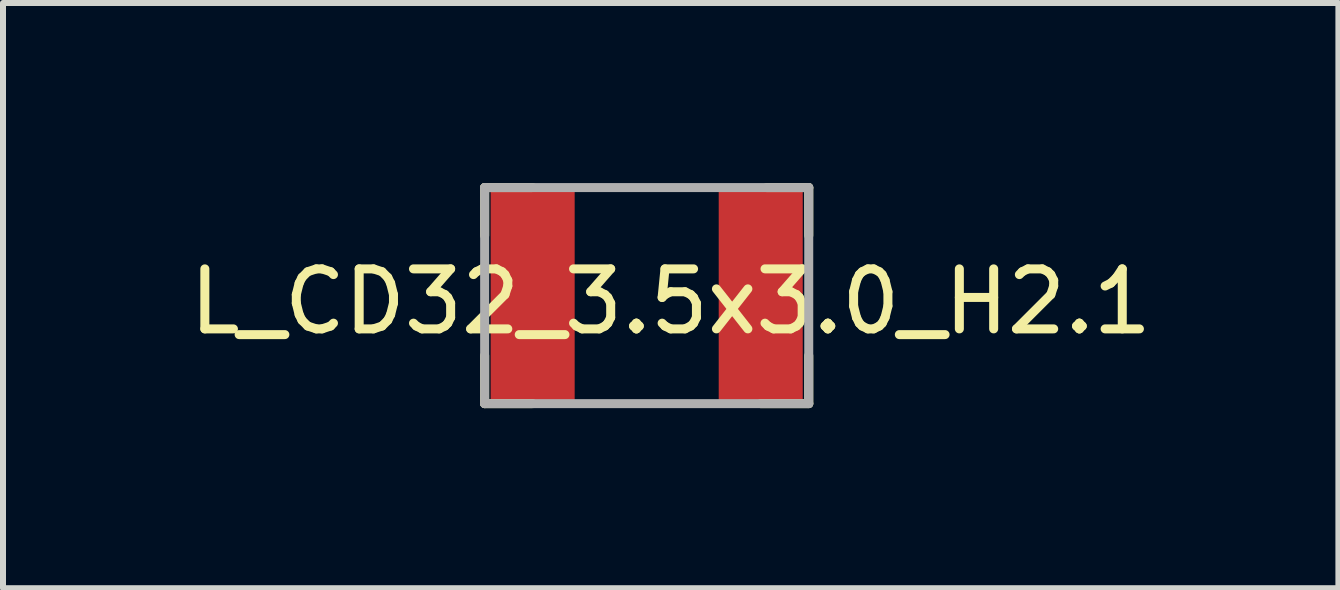
<source format=kicad_pcb>
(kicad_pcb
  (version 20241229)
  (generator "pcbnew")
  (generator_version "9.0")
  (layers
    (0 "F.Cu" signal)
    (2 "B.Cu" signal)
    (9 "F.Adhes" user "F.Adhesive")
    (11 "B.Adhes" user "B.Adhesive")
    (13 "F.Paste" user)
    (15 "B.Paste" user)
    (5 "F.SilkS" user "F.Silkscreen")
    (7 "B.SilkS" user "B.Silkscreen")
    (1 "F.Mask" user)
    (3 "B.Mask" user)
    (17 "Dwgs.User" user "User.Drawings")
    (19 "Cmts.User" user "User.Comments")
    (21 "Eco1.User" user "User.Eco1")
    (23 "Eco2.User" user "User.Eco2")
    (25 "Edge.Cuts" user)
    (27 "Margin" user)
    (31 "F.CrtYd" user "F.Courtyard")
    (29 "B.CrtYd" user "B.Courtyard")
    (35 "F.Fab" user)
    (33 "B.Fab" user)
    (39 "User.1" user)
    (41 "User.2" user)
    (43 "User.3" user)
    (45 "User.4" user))
  (footprint "L_CD32_3.5x3.0_H2.1"
    (layer "F.Cu")
    (at 7.725 1.875)
    (property "Reference" "L_CD32_3.5x3.0_H2.1" (at 0.4 0.1 0) (layer "F.SilkS") (effects (font (size 1 1) (thickness 0.15))))
    (attr through_hole)
    (fp_line (start -2.7 -1.8) (end -2.7 -1) (stroke (width 0.15) (type solid)) (layer "F.SilkS"))
    (fp_line (start -2.7 1) (end -2.7 1.8) (stroke (width 0.15) (type solid)) (layer "F.SilkS"))
    (fp_line (start -2.7 1.8) (end -1.9 1.8) (stroke (width 0.15) (type solid)) (layer "F.SilkS"))
    (fp_line (start -1.9 -1.8) (end -2.7 -1.8) (stroke (width 0.15) (type solid)) (layer "F.SilkS"))
    (fp_line (start 1.9 1.8) (end 2.7 1.8) (stroke (width 0.15) (type solid)) (layer "F.SilkS"))
    (fp_line (start 2.7 -1.8) (end 2 -1.8) (stroke (width 0.15) (type solid)) (layer "F.SilkS"))
    (fp_line (start 2.7 -1) (end 2.7 -1.8) (stroke (width 0.15) (type solid)) (layer "F.SilkS"))
    (fp_line (start 2.7 1.8) (end 2.7 1) (stroke (width 0.15) (type solid)) (layer "F.SilkS"))
    (fp_line (start -2.7 -1.8) (end -2.7 1.8) (stroke (width 0.15) (type solid)) (layer "F.Fab"))
    (fp_line (start -2.7 1.8) (end 2.7 1.8) (stroke (width 0.15) (type solid)) (layer "F.Fab"))
    (fp_line (start 2.7 -1.8) (end -2.7 -1.8) (stroke (width 0.15) (type solid)) (layer "F.Fab"))
    (fp_line (start 2.7 1.8) (end 2.7 -1.8) (stroke (width 0.15) (type solid)) (layer "F.Fab"))
    (pad "1" smd rect (at -1.9 0) (size 1.4 3.5) (layers "F.Cu" "F.Mask" "F.Paste"))
    (pad "2" smd rect (at 1.9 0) (size 1.4 3.5) (layers "F.Cu" "F.Mask" "F.Paste")))
  (gr_rect
    (start -3 -3)
    (end 19.25 6.75)
    (stroke (width 0.1) (type default))
    (fill no)
    (layer "Edge.Cuts")))
</source>
